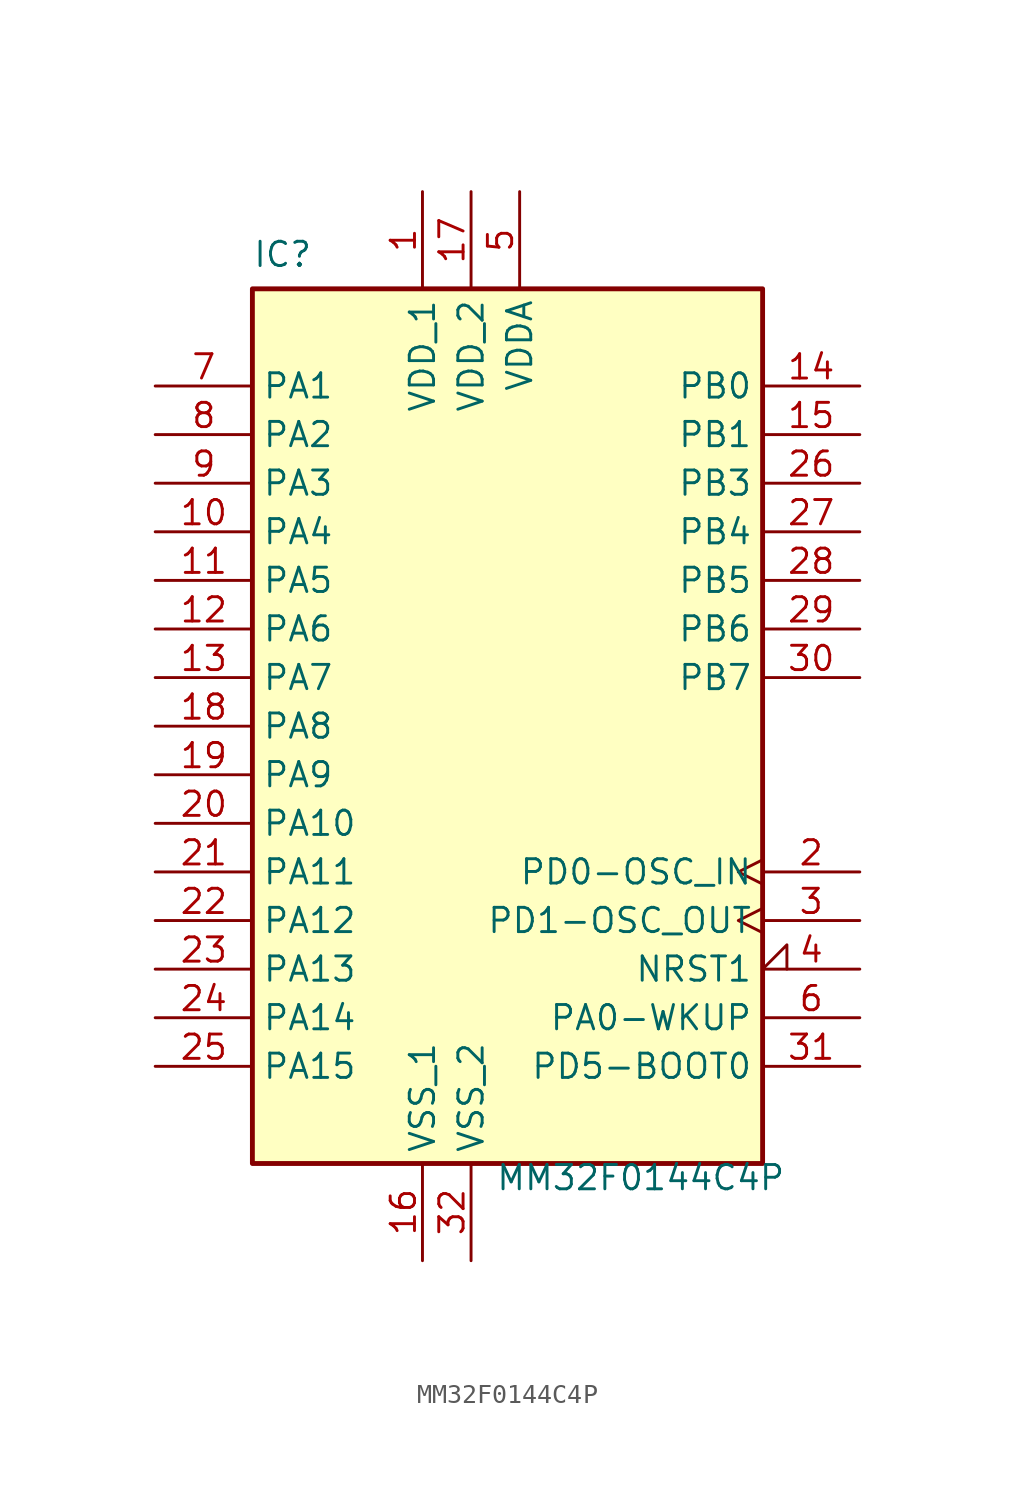
<source format=kicad_sym>
(kicad_symbol_lib
  (version 20220914)
  (generator kicad_symbol_editor)
  (symbol "MM32F0144C4P"
    (property "Reference" "IC"
      (at 0 2.54 0)
      (effects (font (size 1.27 1.27)) (justify left top)))
    (property "Value" "MM32F0144C4P"
      (at 12.7 -45.72 0)
      (effects (font (size 1.27 1.27)) (justify left top)))
    (symbol "MM32F0144C4P_1_1"
      (rectangle (start 0 0) (end 26.67 -45.72) (stroke (width 0.254) (type default)) (fill (type background)))
      (pin power_in line (at 8.89 5.08 270) (length 5.08) (name "VDD_1" (effects (font (size 1.27 1.27)))) (number "1" (effects (font (size 1.27 1.27)))))
      (pin passive line (at -5.08 -12.7 0) (length 5.08) (name "PA4" (effects (font (size 1.27 1.27)))) (number "10" (effects (font (size 1.27 1.27)))))
      (pin passive line (at -5.08 -15.24 0) (length 5.08) (name "PA5" (effects (font (size 1.27 1.27)))) (number "11" (effects (font (size 1.27 1.27)))))
      (pin passive line (at -5.08 -17.78 0) (length 5.08) (name "PA6" (effects (font (size 1.27 1.27)))) (number "12" (effects (font (size 1.27 1.27)))))
      (pin passive line (at -5.08 -20.32 0) (length 5.08) (name "PA7" (effects (font (size 1.27 1.27)))) (number "13" (effects (font (size 1.27 1.27)))))
      (pin passive line (at 31.75 -5.08 180) (length 5.08) (name "PB0" (effects (font (size 1.27 1.27)))) (number "14" (effects (font (size 1.27 1.27)))))
      (pin passive line (at 31.75 -7.62 180) (length 5.08) (name "PB1" (effects (font (size 1.27 1.27)))) (number "15" (effects (font (size 1.27 1.27)))))
      (pin passive line (at 8.89 -50.8 90) (length 5.08) (name "VSS_1" (effects (font (size 1.27 1.27)))) (number "16" (effects (font (size 1.27 1.27)))))
      (pin power_in line (at 11.43 5.08 270) (length 5.08) (name "VDD_2" (effects (font (size 1.27 1.27)))) (number "17" (effects (font (size 1.27 1.27)))))
      (pin passive line (at -5.08 -22.86 0) (length 5.08) (name "PA8" (effects (font (size 1.27 1.27)))) (number "18" (effects (font (size 1.27 1.27)))))
      (pin passive line (at -5.08 -25.4 0) (length 5.08) (name "PA9" (effects (font (size 1.27 1.27)))) (number "19" (effects (font (size 1.27 1.27)))))
      (pin passive clock (at 31.75 -30.48 180) (length 5.08) (name "PD0-OSC_IN" (effects (font (size 1.27 1.27)))) (number "2" (effects (font (size 1.27 1.27)))))
      (pin passive line (at -5.08 -27.94 0) (length 5.08) (name "PA10" (effects (font (size 1.27 1.27)))) (number "20" (effects (font (size 1.27 1.27)))))
      (pin passive line (at -5.08 -30.48 0) (length 5.08) (name "PA11" (effects (font (size 1.27 1.27)))) (number "21" (effects (font (size 1.27 1.27)))))
      (pin passive line (at -5.08 -33.02 0) (length 5.08) (name "PA12" (effects (font (size 1.27 1.27)))) (number "22" (effects (font (size 1.27 1.27)))))
      (pin passive line (at -5.08 -35.56 0) (length 5.08) (name "PA13" (effects (font (size 1.27 1.27)))) (number "23" (effects (font (size 1.27 1.27)))))
      (pin passive line (at -5.08 -38.1 0) (length 5.08) (name "PA14" (effects (font (size 1.27 1.27)))) (number "24" (effects (font (size 1.27 1.27)))))
      (pin passive line (at -5.08 -40.64 0) (length 5.08) (name "PA15" (effects (font (size 1.27 1.27)))) (number "25" (effects (font (size 1.27 1.27)))))
      (pin passive line (at 31.75 -10.16 180) (length 5.08) (name "PB3" (effects (font (size 1.27 1.27)))) (number "26" (effects (font (size 1.27 1.27)))))
      (pin passive line (at 31.75 -12.7 180) (length 5.08) (name "PB4" (effects (font (size 1.27 1.27)))) (number "27" (effects (font (size 1.27 1.27)))))
      (pin passive line (at 31.75 -15.24 180) (length 5.08) (name "PB5" (effects (font (size 1.27 1.27)))) (number "28" (effects (font (size 1.27 1.27)))))
      (pin passive line (at 31.75 -17.78 180) (length 5.08) (name "PB6" (effects (font (size 1.27 1.27)))) (number "29" (effects (font (size 1.27 1.27)))))
      (pin passive clock (at 31.75 -33.02 180) (length 5.08) (name "PD1-OSC_OUT" (effects (font (size 1.27 1.27)))) (number "3" (effects (font (size 1.27 1.27)))))
      (pin passive line (at 31.75 -20.32 180) (length 5.08) (name "PB7" (effects (font (size 1.27 1.27)))) (number "30" (effects (font (size 1.27 1.27)))))
      (pin passive line (at 31.75 -40.64 180) (length 5.08) (name "PD5-BOOT0" (effects (font (size 1.27 1.27)))) (number "31" (effects (font (size 1.27 1.27)))))
      (pin passive line (at 11.43 -50.8 90) (length 5.08) (name "VSS_2" (effects (font (size 1.27 1.27)))) (number "32" (effects (font (size 1.27 1.27)))))
      (pin passive input_low (at 31.75 -35.56 180) (length 5.08) (name "NRST1" (effects (font (size 1.27 1.27)))) (number "4" (effects (font (size 1.27 1.27)))))
      (pin power_in line (at 13.97 5.08 270) (length 5.08) (name "VDDA" (effects (font (size 1.27 1.27)))) (number "5" (effects (font (size 1.27 1.27)))))
      (pin passive line (at 31.75 -38.1 180) (length 5.08) (name "PA0-WKUP" (effects (font (size 1.27 1.27)))) (number "6" (effects (font (size 1.27 1.27)))))
      (pin passive line (at -5.08 -5.08 0) (length 5.08) (name "PA1" (effects (font (size 1.27 1.27)))) (number "7" (effects (font (size 1.27 1.27)))))
      (pin passive line (at -5.08 -7.62 0) (length 5.08) (name "PA2" (effects (font (size 1.27 1.27)))) (number "8" (effects (font (size 1.27 1.27)))))
      (pin passive line (at -5.08 -10.16 0) (length 5.08) (name "PA3" (effects (font (size 1.27 1.27)))) (number "9" (effects (font (size 1.27 1.27))))))))
</source>
